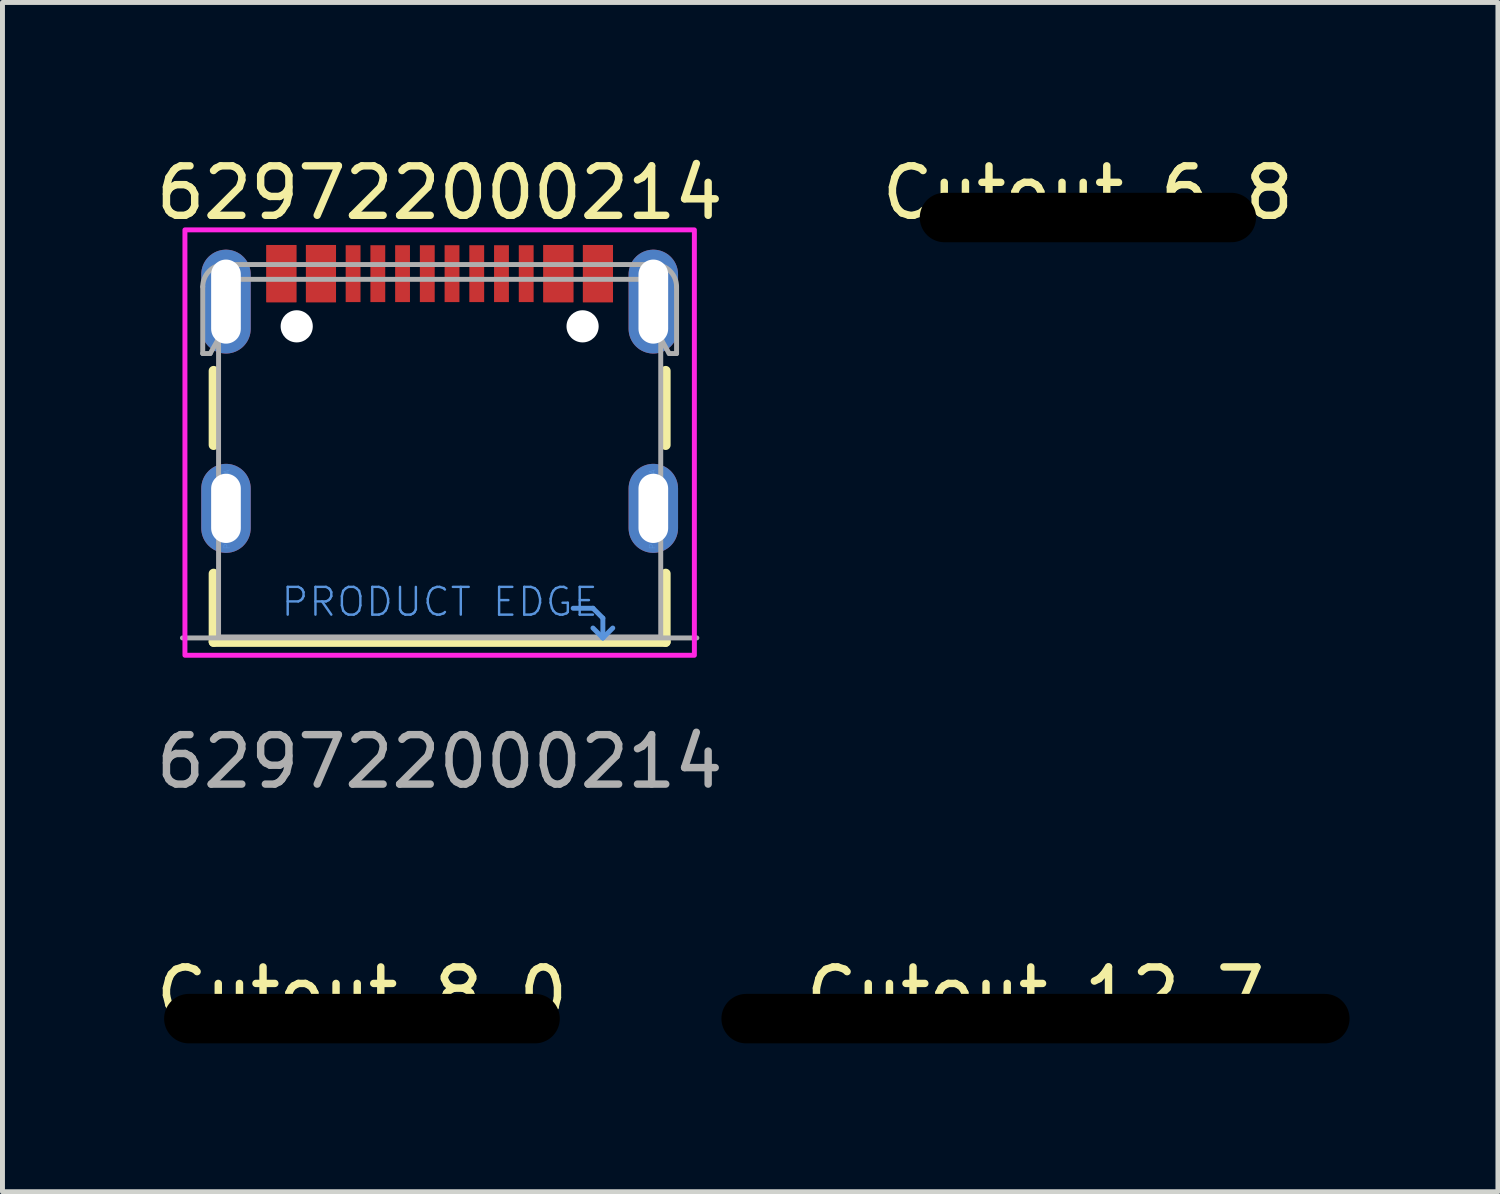
<source format=kicad_pcb>
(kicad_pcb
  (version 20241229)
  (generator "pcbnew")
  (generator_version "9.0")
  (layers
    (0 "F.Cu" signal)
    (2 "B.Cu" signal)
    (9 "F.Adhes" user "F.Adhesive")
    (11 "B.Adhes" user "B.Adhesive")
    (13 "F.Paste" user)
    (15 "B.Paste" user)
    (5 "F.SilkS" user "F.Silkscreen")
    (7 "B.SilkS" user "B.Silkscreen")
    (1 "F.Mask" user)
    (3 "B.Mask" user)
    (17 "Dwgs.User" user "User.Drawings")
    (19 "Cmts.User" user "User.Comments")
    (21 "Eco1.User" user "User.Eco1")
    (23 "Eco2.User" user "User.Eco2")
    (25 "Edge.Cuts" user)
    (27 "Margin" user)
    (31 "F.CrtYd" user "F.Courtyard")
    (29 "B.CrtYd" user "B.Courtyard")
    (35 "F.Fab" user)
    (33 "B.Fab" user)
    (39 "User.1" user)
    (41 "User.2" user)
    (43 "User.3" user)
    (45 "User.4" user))
  (footprint "Cutout_12_7"
    (layer "F.Cu")
    (at 17.886 17.545)
    (property "Reference" "Cutout_12_7" (at 0 -0.5 0) (unlocked yes) (layer "F.SilkS") (effects (font (size 1 1) (thickness 0.15))))
    (pad "" np_thru_hole oval (at 0 0 90) (size 1 12.7) (drill oval 1 12.7) (layers "*.Mask")))
  (footprint "Cutout_6_8"
    (layer "F.Cu")
    (at 18.946 1.348)
    (property "Reference" "Cutout_6_8" (at 0 -0.5 0) (unlocked yes) (layer "F.SilkS") (effects (font (size 1 1) (thickness 0.15))))
    (pad "" np_thru_hole oval (at 0 0 90) (size 1 6.8) (drill oval 1 6.8) (layers "*.Mask")))
  (footprint "Cutout_8_0"
    (layer "F.Cu")
    (at 4.268 17.545)
    (property "Reference" "Cutout_8_0" (at 0 -0.5 0) (unlocked yes) (layer "F.SilkS") (effects (font (size 1 1) (thickness 0.15))))
    (pad "" np_thru_hole oval (at 0 0 90) (size 1 8) (drill oval 1 8) (layers "*.Mask")))
  (footprint "629722000214"
    (layer "F.Cu")
    (at 5.839 9.848)
    (property "Reference" "629722000214" (at 0 -9 0) (unlocked yes) (layer "F.SilkS") (effects (font (size 1 1) (thickness 0.15))))
    (attr smd)
    (fp_poly (pts (xy -2.895 -6.785) (xy -3.505 -6.785) (xy -3.505 -7.945) (xy -2.895 -7.945)) (stroke (width 0) (type solid)) (fill yes) (layer "F.Cu"))
    (fp_poly (pts (xy -2.095 -6.785) (xy -2.705 -6.785) (xy -2.705 -7.945) (xy -2.095 -7.945)) (stroke (width 0) (type solid)) (fill yes) (layer "F.Cu"))
    (fp_poly (pts (xy 2.705 -6.785) (xy 2.095 -6.785) (xy 2.095 -7.945) (xy 2.705 -7.945)) (stroke (width 0) (type solid)) (fill yes) (layer "F.Cu"))
    (fp_poly (pts (xy 3.505 -6.785) (xy 2.895 -6.785) (xy 2.895 -7.945) (xy 3.505 -7.945)) (stroke (width 0) (type solid)) (fill yes) (layer "F.Cu"))
    (fp_poly (pts (xy -2.795 -6.685) (xy -3.605 -6.685) (xy -3.605 -8.045) (xy -2.795 -8.045)) (stroke (width 0) (type solid)) (fill yes) (layer "F.Mask"))
    (fp_poly (pts (xy -1.995 -6.685) (xy -2.805 -6.685) (xy -2.805 -8.045) (xy -1.995 -8.045)) (stroke (width 0) (type solid)) (fill yes) (layer "F.Mask"))
    (fp_poly (pts (xy 2.805 -6.685) (xy 1.995 -6.685) (xy 1.995 -8.045) (xy 2.805 -8.045)) (stroke (width 0) (type solid)) (fill yes) (layer "F.Mask"))
    (fp_poly (pts (xy 3.605 -6.685) (xy 2.795 -6.685) (xy 2.795 -8.045) (xy 3.605 -8.045)) (stroke (width 0) (type solid)) (fill yes) (layer "F.Mask"))
    (fp_poly (pts (xy -4.152 -7.978) (xy -3.995 -7.913) (xy -3.86 -7.81) (xy -3.755 -7.673) (xy -3.67 -7.357) (xy -3.67 -6.247) (xy -3.692 -6.082) (xy -3.757 -5.925) (xy -3.86 -5.79) (xy -3.995 -5.687) (xy -4.152 -5.622) (xy -4.32 -5.6) (xy -4.488 -5.622) (xy -4.645 -5.687) (xy -4.78 -5.79) (xy -4.885 -5.927) (xy -4.97 -6.243) (xy -4.97 -7.353) (xy -4.948 -7.518) (xy -4.883 -7.675) (xy -4.78 -7.81) (xy -4.645 -7.913) (xy -4.488 -7.978) (xy -4.32 -8)) (stroke (width 0) (type solid)) (fill yes) (layer "F.Mask"))
    (fp_poly (pts (xy 4.488 -7.978) (xy 4.645 -7.913) (xy 4.78 -7.81) (xy 4.883 -7.675) (xy 4.948 -7.518) (xy 4.97 -7.353) (xy 4.97 -6.243) (xy 4.885 -5.927) (xy 4.78 -5.79) (xy 4.645 -5.687) (xy 4.488 -5.622) (xy 4.32 -5.6) (xy 4.152 -5.622) (xy 3.995 -5.687) (xy 3.86 -5.79) (xy 3.757 -5.925) (xy 3.692 -6.082) (xy 3.67 -6.247) (xy 3.67 -7.353) (xy 3.692 -7.518) (xy 3.757 -7.675) (xy 3.86 -7.81) (xy 3.995 -7.913) (xy 4.152 -7.978) (xy 4.32 -8)) (stroke (width 0) (type solid)) (fill yes) (layer "F.Mask"))
    (fp_poly (pts (xy -4.152 -3.648) (xy -3.995 -3.583) (xy -3.86 -3.48) (xy -3.755 -3.343) (xy -3.67 -3.027) (xy -3.67 -2.27) (xy -3.77 -2.27) (xy -3.77 -2.22) (xy -3.72 -2.22) (xy -3.67 -2.213) (xy -3.692 -2.052) (xy -3.757 -1.895) (xy -3.86 -1.76) (xy -3.995 -1.657) (xy -4.152 -1.592) (xy -4.32 -1.57) (xy -4.488 -1.592) (xy -4.645 -1.657) (xy -4.78 -1.76) (xy -4.885 -1.897) (xy -4.97 -2.213) (xy -4.97 -3.07) (xy -4.964 -3.07) (xy -4.948 -3.188) (xy -4.883 -3.345) (xy -4.78 -3.48) (xy -4.645 -3.583) (xy -4.488 -3.648) (xy -4.32 -3.67)) (stroke (width 0) (type solid)) (fill yes) (layer "F.Mask"))
    (fp_poly (pts (xy 4.488 -3.648) (xy 4.645 -3.583) (xy 4.78 -3.48) (xy 4.883 -3.345) (xy 4.948 -3.188) (xy 4.964 -3.07) (xy 4.97 -3.07) (xy 4.97 -2.213) (xy 4.885 -1.897) (xy 4.78 -1.76) (xy 4.645 -1.657) (xy 4.488 -1.592) (xy 4.32 -1.57) (xy 4.152 -1.592) (xy 3.995 -1.657) (xy 3.86 -1.76) (xy 3.757 -1.895) (xy 3.692 -2.052) (xy 3.67 -2.213) (xy 3.72 -2.22) (xy 3.77 -2.22) (xy 3.77 -2.27) (xy 3.67 -2.27) (xy 3.67 -3.027) (xy 3.755 -3.343) (xy 3.86 -3.48) (xy 3.995 -3.583) (xy 4.152 -3.648) (xy 4.32 -3.67)) (stroke (width 0) (type solid)) (fill yes) (layer "F.Mask"))
    (fp_poly (pts (xy -4.152 -7.978) (xy -3.995 -7.913) (xy -3.86 -7.81) (xy -3.755 -7.673) (xy -3.67 -7.357) (xy -3.67 -6.247) (xy -3.692 -6.082) (xy -3.757 -5.925) (xy -3.86 -5.79) (xy -3.995 -5.687) (xy -4.152 -5.622) (xy -4.32 -5.6) (xy -4.488 -5.622) (xy -4.645 -5.687) (xy -4.78 -5.79) (xy -4.885 -5.927) (xy -4.97 -6.243) (xy -4.97 -7.353) (xy -4.948 -7.518) (xy -4.883 -7.675) (xy -4.78 -7.81) (xy -4.645 -7.913) (xy -4.488 -7.978) (xy -4.32 -8)) (stroke (width 0) (type solid)) (fill yes) (layer "B.Mask"))
    (fp_poly (pts (xy 4.488 -7.978) (xy 4.645 -7.913) (xy 4.78 -7.81) (xy 4.883 -7.675) (xy 4.948 -7.518) (xy 4.97 -7.353) (xy 4.97 -6.243) (xy 4.885 -5.927) (xy 4.78 -5.79) (xy 4.645 -5.687) (xy 4.488 -5.622) (xy 4.32 -5.6) (xy 4.152 -5.622) (xy 3.995 -5.687) (xy 3.86 -5.79) (xy 3.757 -5.925) (xy 3.692 -6.082) (xy 3.67 -6.247) (xy 3.67 -7.353) (xy 3.692 -7.518) (xy 3.757 -7.675) (xy 3.86 -7.81) (xy 3.995 -7.913) (xy 4.152 -7.978) (xy 4.32 -8)) (stroke (width 0) (type solid)) (fill yes) (layer "B.Mask"))
    (fp_poly (pts (xy -4.152 -3.648) (xy -3.995 -3.583) (xy -3.86 -3.48) (xy -3.755 -3.343) (xy -3.67 -3.027) (xy -3.67 -2.27) (xy -3.77 -2.27) (xy -3.77 -2.22) (xy -3.72 -2.22) (xy -3.67 -2.213) (xy -3.692 -2.052) (xy -3.757 -1.895) (xy -3.86 -1.76) (xy -3.995 -1.657) (xy -4.152 -1.592) (xy -4.32 -1.57) (xy -4.488 -1.592) (xy -4.645 -1.657) (xy -4.78 -1.76) (xy -4.885 -1.897) (xy -4.97 -2.213) (xy -4.97 -3.07) (xy -4.964 -3.07) (xy -4.948 -3.188) (xy -4.883 -3.345) (xy -4.78 -3.48) (xy -4.645 -3.583) (xy -4.488 -3.648) (xy -4.32 -3.67)) (stroke (width 0) (type solid)) (fill yes) (layer "B.Mask"))
    (fp_poly (pts (xy 4.488 -3.648) (xy 4.645 -3.583) (xy 4.78 -3.48) (xy 4.883 -3.345) (xy 4.948 -3.188) (xy 4.964 -3.07) (xy 4.97 -3.07) (xy 4.97 -2.213) (xy 4.885 -1.897) (xy 4.78 -1.76) (xy 4.645 -1.657) (xy 4.488 -1.592) (xy 4.32 -1.57) (xy 4.152 -1.592) (xy 3.995 -1.657) (xy 3.86 -1.76) (xy 3.757 -1.895) (xy 3.692 -2.052) (xy 3.67 -2.213) (xy 3.72 -2.22) (xy 3.77 -2.22) (xy 3.77 -2.27) (xy 3.67 -2.27) (xy 3.67 -3.027) (xy 3.755 -3.343) (xy 3.86 -3.48) (xy 3.995 -3.583) (xy 4.152 -3.648) (xy 4.32 -3.67)) (stroke (width 0) (type solid)) (fill yes) (layer "B.Mask"))
    (fp_line (start -4.57 -5.4) (end -4.57 -3.9) (stroke (width 0.2) (type solid)) (layer "F.SilkS"))
    (fp_line (start -4.57 -1.3) (end -4.57 0.08) (stroke (width 0.2) (type solid)) (layer "F.SilkS"))
    (fp_line (start -4.57 0.08) (end 4.57 0.08) (stroke (width 0.2) (type solid)) (layer "F.SilkS"))
    (fp_line (start 4.57 -3.9) (end 4.57 -5.4) (stroke (width 0.2) (type solid)) (layer "F.SilkS"))
    (fp_line (start 4.57 0.08) (end 4.57 -1.3) (stroke (width 0.2) (type solid)) (layer "F.SilkS"))
    (fp_poly (pts (xy -2.895 -6.785) (xy -3.505 -6.785) (xy -3.505 -7.945) (xy -2.895 -7.945)) (stroke (width 0) (type solid)) (fill yes) (layer "F.Paste"))
    (fp_poly (pts (xy -2.095 -6.785) (xy -2.705 -6.785) (xy -2.705 -7.945) (xy -2.095 -7.945)) (stroke (width 0) (type solid)) (fill yes) (layer "F.Paste"))
    (fp_poly (pts (xy 2.705 -6.785) (xy 2.095 -6.785) (xy 2.095 -7.945) (xy 2.705 -7.945)) (stroke (width 0) (type solid)) (fill yes) (layer "F.Paste"))
    (fp_poly (pts (xy 3.505 -6.785) (xy 2.895 -6.785) (xy 2.895 -7.945) (xy 3.505 -7.945)) (stroke (width 0) (type solid)) (fill yes) (layer "F.Paste"))
    (fp_line (start 2.7 -0.6) (end 3.1 -0.6) (stroke (width 0.1) (type solid)) (layer "Cmts.User"))
    (fp_line (start 3.1 -0.6) (end 3.3 -0.4) (stroke (width 0.1) (type solid)) (layer "Cmts.User"))
    (fp_line (start 3.3 -0.4) (end 3.3 0) (stroke (width 0.1) (type solid)) (layer "Cmts.User"))
    (fp_line (start 3.3 0) (end 3.1 -0.2) (stroke (width 0.1) (type solid)) (layer "Cmts.User"))
    (fp_line (start 3.3 0) (end 3.5 -0.2) (stroke (width 0.1) (type solid)) (layer "Cmts.User"))
    (fp_poly (pts (xy 5.15 0.35) (xy -5.15 0.35) (xy -5.15 -8.25) (xy 5.15 -8.25)) (stroke (width 0.1) (type solid)) (fill no) (layer "F.CrtYd"))
    (fp_line (start -5.2 0) (end 5.2 0) (stroke (width 0.1) (type solid)) (layer "F.Fab"))
    (fp_line (start -4.79 -7.1) (end -4.79 -5.75) (stroke (width 0.1) (type solid)) (layer "F.Fab"))
    (fp_line (start -4.79 -5.75) (end -4.64 -5.75) (stroke (width 0.1) (type solid)) (layer "F.Fab"))
    (fp_line (start -4.64 -5.75) (end -4.47 -6.05) (stroke (width 0.1) (type solid)) (layer "F.Fab"))
    (fp_line (start -4.49 -7.1) (end -4.49 -6.015) (stroke (width 0.1) (type solid)) (layer "F.Fab"))
    (fp_line (start -4.47 -7.17) (end -4.47 -6.05) (stroke (width 0.1) (type solid)) (layer "F.Fab"))
    (fp_line (start -4.47 -6.05) (end -4.47 -0.02) (stroke (width 0.1) (type solid)) (layer "F.Fab"))
    (fp_line (start -4.47 -0.02) (end 4.47 -0.02) (stroke (width 0.1) (type solid)) (layer "F.Fab"))
    (fp_line (start -4.34 -7.25) (end 4.34 -7.25) (stroke (width 0.1) (type solid)) (layer "F.Fab"))
    (fp_line (start 4.36 -7.55) (end -4.36 -7.55) (stroke (width 0.1) (type solid)) (layer "F.Fab"))
    (fp_line (start 4.47 -7.17) (end 4.47 -6.05) (stroke (width 0.1) (type solid)) (layer "F.Fab"))
    (fp_line (start 4.47 -6.05) (end 4.47 -0.02) (stroke (width 0.1) (type solid)) (layer "F.Fab"))
    (fp_line (start 4.49 -7.1) (end 4.49 -6.015) (stroke (width 0.1) (type solid)) (layer "F.Fab"))
    (fp_line (start 4.64 -5.75) (end 4.47 -6.05) (stroke (width 0.1) (type solid)) (layer "F.Fab"))
    (fp_line (start 4.79 -7.1) (end 4.79 -5.75) (stroke (width 0.1) (type solid)) (layer "F.Fab"))
    (fp_line (start 4.79 -5.75) (end 4.64 -5.75) (stroke (width 0.1) (type solid)) (layer "F.Fab"))
    (fp_arc (start -4.79 -7.1) (mid -4.665283 -7.41127) (end -4.359999 -7.550001) (stroke (width 0.1) (type solid)) (layer "F.Fab"))
    (fp_arc (start -4.49 -7.1) (mid -4.446066 -7.206066) (end -4.34 -7.25) (stroke (width 0.1) (type solid)) (layer "F.Fab"))
    (fp_arc (start 4.34 -7.25) (mid 4.446066 -7.206066) (end 4.49 -7.1) (stroke (width 0.1) (type solid)) (layer "F.Fab"))
    (fp_arc (start 4.359999 -7.550001) (mid 4.665274 -7.411275) (end 4.79 -7.1) (stroke (width 0.1) (type solid)) (layer "F.Fab"))
    (fp_text user "PCB CUTOUT AREA" (at 4.3 -6.8 90) (layer "Cmts.User") (effects (font (size 0.117 0.117) (thickness 0.01))))
    (fp_text user "PCB CUTOUT AREA" (at -4.3 -2.6 90) (layer "Cmts.User") (effects (font (size 0.117 0.117) (thickness 0.01))))
    (fp_text user "PCB CUTOUT AREA" (at -4.3 -6.8 90) (layer "Cmts.User") (effects (font (size 0.117 0.117) (thickness 0.01))))
    (fp_text user "PCB CUTOUT AREA" (at 4.3 -2.6 90) (layer "Cmts.User") (effects (font (size 0.117 0.117) (thickness 0.01))))
    (fp_text user "PRODUCT EDGE" (at 0 -0.4 0) (layer "Cmts.User") (effects (font (size 0.561 0.561) (thickness 0.049)) (justify bottom)))
    (fp_text user "${REFERENCE}" (at 0 2.5 0) (unlocked yes) (layer "F.Fab") (effects (font (size 1 1) (thickness 0.15))))
    (pad "" np_thru_hole circle (at -2.89 -6.3) (size 0.65 0.65) (drill 0.65) (layers "*.Cu" "*.Mask"))
    (pad "" np_thru_hole circle (at 2.89 -6.3) (size 0.65 0.65) (drill 0.65) (layers "*.Cu" "*.Mask"))
    (pad "A1" smd rect (at -3.35 -7.365) (size 0.3 1.15) (layers "F.Cu"))
    (pad "A4" smd rect (at -2.55 -7.365) (size 0.3 1.15) (layers "F.Cu"))
    (pad "A5" smd rect (at -1.25 -7.365) (size 0.3 1.15) (layers "F.Cu" "F.Mask" "F.Paste"))
    (pad "A6" smd rect (at -0.25 -7.365) (size 0.3 1.15) (layers "F.Cu" "F.Mask" "F.Paste"))
    (pad "A7" smd rect (at 0.25 -7.365) (size 0.3 1.15) (layers "F.Cu" "F.Mask" "F.Paste"))
    (pad "A8" smd rect (at 1.25 -7.365) (size 0.3 1.15) (layers "F.Cu" "F.Mask" "F.Paste"))
    (pad "A9" smd rect (at 2.55 -7.365) (size 0.3 1.15) (layers "F.Cu"))
    (pad "A12" smd rect (at 3.35 -7.365) (size 0.3 1.15) (layers "F.Cu"))
    (pad "B1" smd rect (at 3.05 -7.365) (size 0.3 1.15) (layers "F.Cu"))
    (pad "B4" smd rect (at 2.25 -7.365) (size 0.3 1.15) (layers "F.Cu"))
    (pad "B5" smd rect (at 1.75 -7.365) (size 0.3 1.15) (layers "F.Cu" "F.Mask" "F.Paste"))
    (pad "B6" smd rect (at 0.75 -7.365) (size 0.3 1.15) (layers "F.Cu" "F.Mask" "F.Paste"))
    (pad "B7" smd rect (at -0.75 -7.365) (size 0.3 1.15) (layers "F.Cu" "F.Mask" "F.Paste"))
    (pad "B8" smd rect (at -1.75 -7.365) (size 0.3 1.15) (layers "F.Cu" "F.Mask" "F.Paste"))
    (pad "B9" smd rect (at -2.25 -7.365) (size 0.3 1.15) (layers "F.Cu"))
    (pad "B12" smd rect (at -3.05 -7.365) (size 0.3 1.15) (layers "F.Cu"))
    (pad "S1" thru_hole oval (at -4.32 -6.8) (size 1 2.1) (drill oval 0.6 1.7) (layers "*.Cu"))
    (pad "S2" thru_hole oval (at 4.32 -6.8 180) (size 1 2.1) (drill oval 0.6 1.7) (layers "*.Cu"))
    (pad "S3" thru_hole oval (at -4.32 -2.62) (size 1 1.8) (drill oval 0.6 1.4) (layers "*.Cu"))
    (pad "S4" thru_hole oval (at 4.32 -2.62 180) (size 1 1.8) (drill oval 0.6 1.4) (layers "*.Cu")))
  (gr_rect
    (start -3 -3)
    (end 27.236 21.045)
    (stroke (width 0.1) (type default))
    (fill no)
    (layer "Edge.Cuts")))
</source>
